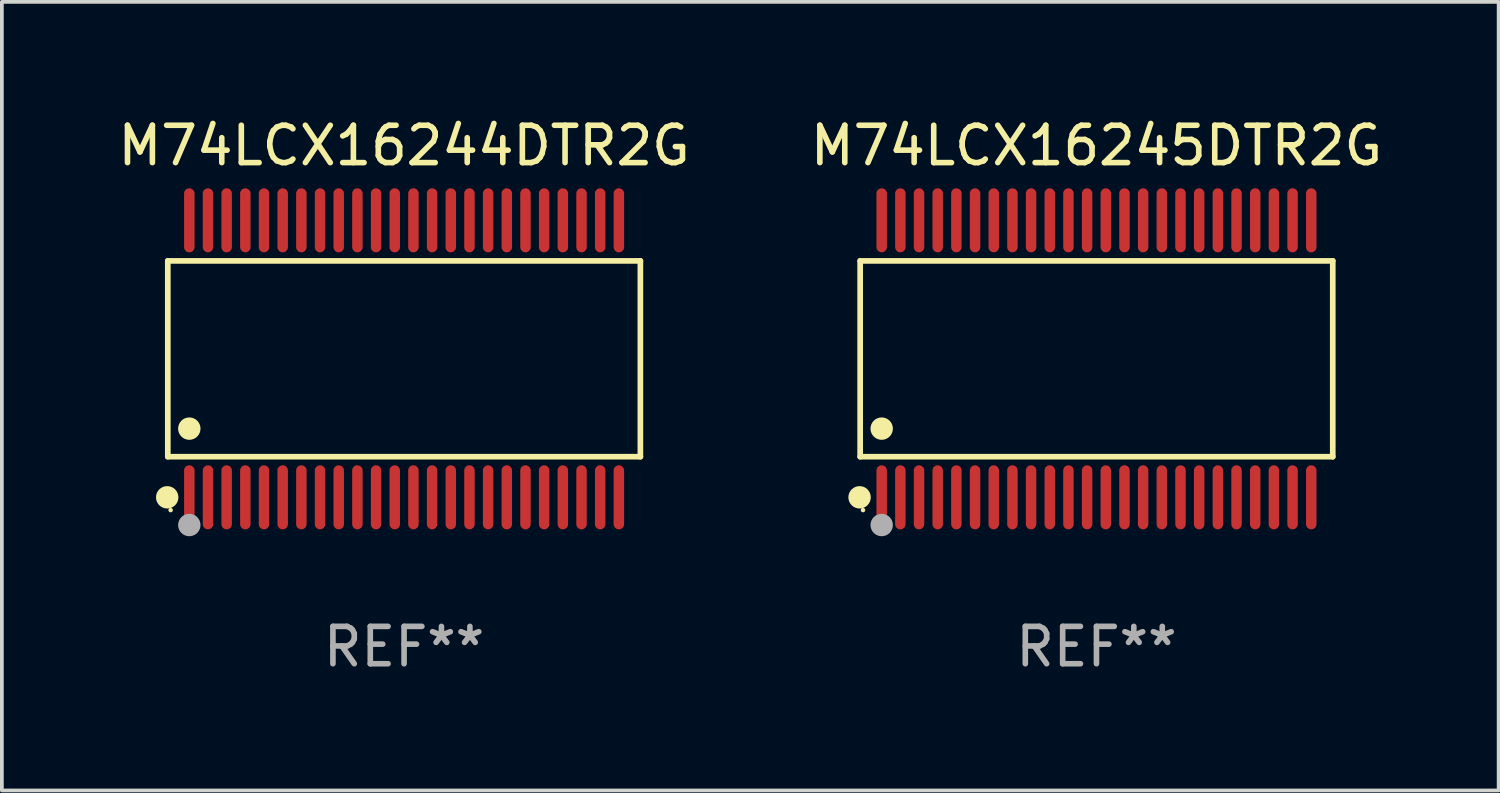
<source format=kicad_pcb>
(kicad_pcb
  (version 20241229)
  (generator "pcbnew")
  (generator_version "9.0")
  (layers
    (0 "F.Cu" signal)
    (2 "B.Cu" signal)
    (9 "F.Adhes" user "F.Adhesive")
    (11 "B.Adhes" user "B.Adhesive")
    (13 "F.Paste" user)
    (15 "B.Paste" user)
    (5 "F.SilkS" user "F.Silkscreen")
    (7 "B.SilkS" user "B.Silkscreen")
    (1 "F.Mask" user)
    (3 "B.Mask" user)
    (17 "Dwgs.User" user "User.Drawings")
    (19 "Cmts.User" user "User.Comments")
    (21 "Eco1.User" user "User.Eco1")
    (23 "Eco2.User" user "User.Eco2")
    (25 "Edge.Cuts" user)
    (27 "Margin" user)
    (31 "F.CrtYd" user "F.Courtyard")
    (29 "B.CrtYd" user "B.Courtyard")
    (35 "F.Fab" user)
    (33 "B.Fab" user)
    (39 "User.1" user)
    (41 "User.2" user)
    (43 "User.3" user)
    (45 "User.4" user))
  (footprint "M74LCX16245DTR2G"
    (layer "F.Cu")
    (at 26.304 6.556)
    (property "Reference" "M74LCX16245DTR2G" (at 0 -5.708 0) (layer "F.SilkS") (effects (font (size 1 1) (thickness 0.15))))
    (attr through_hole)
    (fp_line (start -6.326 -2.622) (end 6.326 -2.622) (stroke (width 0.152) (type solid)) (layer "F.SilkS"))
    (fp_line (start -6.326 2.621) (end -6.326 -2.622) (stroke (width 0.152) (type solid)) (layer "F.SilkS"))
    (fp_line (start 6.326 -2.622) (end 6.326 2.621) (stroke (width 0.152) (type solid)) (layer "F.SilkS"))
    (fp_line (start 6.326 2.621) (end -6.326 2.621) (stroke (width 0.152) (type solid)) (layer "F.SilkS"))
    (fp_circle (center -6.342 3.708) (end -6.192 3.708) (stroke (width 0.3) (type solid)) (fill no) (layer "F.SilkS"))
    (fp_circle (center -6.25 4.05) (end -6.22 4.05) (stroke (width 0.06) (type solid)) (fill no) (layer "F.SilkS"))
    (fp_circle (center -5.75 1.869) (end -5.6 1.869) (stroke (width 0.3) (type solid)) (fill no) (layer "F.SilkS"))
    (fp_circle (center -5.75 4.45) (end -5.6 4.45) (stroke (width 0.3) (type solid)) (fill no) (layer "F.Fab"))
    (fp_text user "REF**" (at 0 7.708 0) (layer "F.Fab") (effects (font (size 1 1) (thickness 0.15))))
    (pad "1" smd oval (at -5.75 3.708) (size 0.28 1.715) (layers "F.Cu" "F.Mask" "F.Paste"))
    (pad "2" smd oval (at -5.25 3.708) (size 0.28 1.715) (layers "F.Cu" "F.Mask" "F.Paste"))
    (pad "3" smd oval (at -4.75 3.708) (size 0.28 1.715) (layers "F.Cu" "F.Mask" "F.Paste"))
    (pad "4" smd oval (at -4.25 3.708) (size 0.28 1.715) (layers "F.Cu" "F.Mask" "F.Paste"))
    (pad "5" smd oval (at -3.75 3.708) (size 0.28 1.715) (layers "F.Cu" "F.Mask" "F.Paste"))
    (pad "6" smd oval (at -3.25 3.708) (size 0.28 1.715) (layers "F.Cu" "F.Mask" "F.Paste"))
    (pad "7" smd oval (at -2.75 3.708) (size 0.28 1.715) (layers "F.Cu" "F.Mask" "F.Paste"))
    (pad "8" smd oval (at -2.25 3.708) (size 0.28 1.715) (layers "F.Cu" "F.Mask" "F.Paste"))
    (pad "9" smd oval (at -1.75 3.708) (size 0.28 1.715) (layers "F.Cu" "F.Mask" "F.Paste"))
    (pad "10" smd oval (at -1.25 3.708) (size 0.28 1.715) (layers "F.Cu" "F.Mask" "F.Paste"))
    (pad "11" smd oval (at -0.75 3.708) (size 0.28 1.715) (layers "F.Cu" "F.Mask" "F.Paste"))
    (pad "12" smd oval (at -0.25 3.708) (size 0.28 1.715) (layers "F.Cu" "F.Mask" "F.Paste"))
    (pad "13" smd oval (at 0.25 3.708) (size 0.28 1.715) (layers "F.Cu" "F.Mask" "F.Paste"))
    (pad "14" smd oval (at 0.75 3.708) (size 0.28 1.715) (layers "F.Cu" "F.Mask" "F.Paste"))
    (pad "15" smd oval (at 1.25 3.708) (size 0.28 1.715) (layers "F.Cu" "F.Mask" "F.Paste"))
    (pad "16" smd oval (at 1.75 3.708) (size 0.28 1.715) (layers "F.Cu" "F.Mask" "F.Paste"))
    (pad "17" smd oval (at 2.25 3.708) (size 0.28 1.715) (layers "F.Cu" "F.Mask" "F.Paste"))
    (pad "18" smd oval (at 2.75 3.708) (size 0.28 1.715) (layers "F.Cu" "F.Mask" "F.Paste"))
    (pad "19" smd oval (at 3.25 3.708) (size 0.28 1.715) (layers "F.Cu" "F.Mask" "F.Paste"))
    (pad "20" smd oval (at 3.75 3.708) (size 0.28 1.715) (layers "F.Cu" "F.Mask" "F.Paste"))
    (pad "21" smd oval (at 4.25 3.708) (size 0.28 1.715) (layers "F.Cu" "F.Mask" "F.Paste"))
    (pad "22" smd oval (at 4.75 3.708) (size 0.28 1.715) (layers "F.Cu" "F.Mask" "F.Paste"))
    (pad "23" smd oval (at 5.25 3.708) (size 0.28 1.715) (layers "F.Cu" "F.Mask" "F.Paste"))
    (pad "24" smd oval (at 5.75 3.708) (size 0.28 1.715) (layers "F.Cu" "F.Mask" "F.Paste"))
    (pad "25" smd oval (at 5.75 -3.708) (size 0.28 1.715) (layers "F.Cu" "F.Mask" "F.Paste"))
    (pad "26" smd oval (at 5.25 -3.708) (size 0.28 1.715) (layers "F.Cu" "F.Mask" "F.Paste"))
    (pad "27" smd oval (at 4.75 -3.708) (size 0.28 1.715) (layers "F.Cu" "F.Mask" "F.Paste"))
    (pad "28" smd oval (at 4.25 -3.708) (size 0.28 1.715) (layers "F.Cu" "F.Mask" "F.Paste"))
    (pad "29" smd oval (at 3.75 -3.708) (size 0.28 1.715) (layers "F.Cu" "F.Mask" "F.Paste"))
    (pad "30" smd oval (at 3.25 -3.708) (size 0.28 1.715) (layers "F.Cu" "F.Mask" "F.Paste"))
    (pad "31" smd oval (at 2.75 -3.708) (size 0.28 1.715) (layers "F.Cu" "F.Mask" "F.Paste"))
    (pad "32" smd oval (at 2.25 -3.708) (size 0.28 1.715) (layers "F.Cu" "F.Mask" "F.Paste"))
    (pad "33" smd oval (at 1.75 -3.708) (size 0.28 1.715) (layers "F.Cu" "F.Mask" "F.Paste"))
    (pad "34" smd oval (at 1.25 -3.708) (size 0.28 1.715) (layers "F.Cu" "F.Mask" "F.Paste"))
    (pad "35" smd oval (at 0.75 -3.708) (size 0.28 1.715) (layers "F.Cu" "F.Mask" "F.Paste"))
    (pad "36" smd oval (at 0.25 -3.708) (size 0.28 1.715) (layers "F.Cu" "F.Mask" "F.Paste"))
    (pad "37" smd oval (at -0.25 -3.708) (size 0.28 1.715) (layers "F.Cu" "F.Mask" "F.Paste"))
    (pad "38" smd oval (at -0.75 -3.708) (size 0.28 1.715) (layers "F.Cu" "F.Mask" "F.Paste"))
    (pad "39" smd oval (at -1.25 -3.708) (size 0.28 1.715) (layers "F.Cu" "F.Mask" "F.Paste"))
    (pad "40" smd oval (at -1.75 -3.708) (size 0.28 1.715) (layers "F.Cu" "F.Mask" "F.Paste"))
    (pad "41" smd oval (at -2.25 -3.708) (size 0.28 1.715) (layers "F.Cu" "F.Mask" "F.Paste"))
    (pad "42" smd oval (at -2.75 -3.708) (size 0.28 1.715) (layers "F.Cu" "F.Mask" "F.Paste"))
    (pad "43" smd oval (at -3.25 -3.708) (size 0.28 1.715) (layers "F.Cu" "F.Mask" "F.Paste"))
    (pad "44" smd oval (at -3.75 -3.708) (size 0.28 1.715) (layers "F.Cu" "F.Mask" "F.Paste"))
    (pad "45" smd oval (at -4.25 -3.708) (size 0.28 1.715) (layers "F.Cu" "F.Mask" "F.Paste"))
    (pad "46" smd oval (at -4.75 -3.708) (size 0.28 1.715) (layers "F.Cu" "F.Mask" "F.Paste"))
    (pad "47" smd oval (at -5.25 -3.708) (size 0.28 1.715) (layers "F.Cu" "F.Mask" "F.Paste"))
    (pad "48" smd oval (at -5.75 -3.708) (size 0.28 1.715) (layers "F.Cu" "F.Mask" "F.Paste")))
  (footprint "M74LCX16244DTR2G"
    (layer "F.Cu")
    (at 7.768 6.556)
    (property "Reference" "M74LCX16244DTR2G" (at 0 -5.708 0) (layer "F.SilkS") (effects (font (size 1 1) (thickness 0.15))))
    (attr through_hole)
    (fp_line (start -6.326 -2.622) (end 6.326 -2.622) (stroke (width 0.152) (type solid)) (layer "F.SilkS"))
    (fp_line (start -6.326 2.621) (end -6.326 -2.622) (stroke (width 0.152) (type solid)) (layer "F.SilkS"))
    (fp_line (start 6.326 -2.622) (end 6.326 2.621) (stroke (width 0.152) (type solid)) (layer "F.SilkS"))
    (fp_line (start 6.326 2.621) (end -6.326 2.621) (stroke (width 0.152) (type solid)) (layer "F.SilkS"))
    (fp_circle (center -6.342 3.708) (end -6.192 3.708) (stroke (width 0.3) (type solid)) (fill no) (layer "F.SilkS"))
    (fp_circle (center -6.25 4.05) (end -6.22 4.05) (stroke (width 0.06) (type solid)) (fill no) (layer "F.SilkS"))
    (fp_circle (center -5.75 1.869) (end -5.6 1.869) (stroke (width 0.3) (type solid)) (fill no) (layer "F.SilkS"))
    (fp_circle (center -5.75 4.45) (end -5.6 4.45) (stroke (width 0.3) (type solid)) (fill no) (layer "F.Fab"))
    (fp_text user "REF**" (at 0 7.708 0) (layer "F.Fab") (effects (font (size 1 1) (thickness 0.15))))
    (pad "1" smd oval (at -5.75 3.708) (size 0.28 1.715) (layers "F.Cu" "F.Mask" "F.Paste"))
    (pad "2" smd oval (at -5.25 3.708) (size 0.28 1.715) (layers "F.Cu" "F.Mask" "F.Paste"))
    (pad "3" smd oval (at -4.75 3.708) (size 0.28 1.715) (layers "F.Cu" "F.Mask" "F.Paste"))
    (pad "4" smd oval (at -4.25 3.708) (size 0.28 1.715) (layers "F.Cu" "F.Mask" "F.Paste"))
    (pad "5" smd oval (at -3.75 3.708) (size 0.28 1.715) (layers "F.Cu" "F.Mask" "F.Paste"))
    (pad "6" smd oval (at -3.25 3.708) (size 0.28 1.715) (layers "F.Cu" "F.Mask" "F.Paste"))
    (pad "7" smd oval (at -2.75 3.708) (size 0.28 1.715) (layers "F.Cu" "F.Mask" "F.Paste"))
    (pad "8" smd oval (at -2.25 3.708) (size 0.28 1.715) (layers "F.Cu" "F.Mask" "F.Paste"))
    (pad "9" smd oval (at -1.75 3.708) (size 0.28 1.715) (layers "F.Cu" "F.Mask" "F.Paste"))
    (pad "10" smd oval (at -1.25 3.708) (size 0.28 1.715) (layers "F.Cu" "F.Mask" "F.Paste"))
    (pad "11" smd oval (at -0.75 3.708) (size 0.28 1.715) (layers "F.Cu" "F.Mask" "F.Paste"))
    (pad "12" smd oval (at -0.25 3.708) (size 0.28 1.715) (layers "F.Cu" "F.Mask" "F.Paste"))
    (pad "13" smd oval (at 0.25 3.708) (size 0.28 1.715) (layers "F.Cu" "F.Mask" "F.Paste"))
    (pad "14" smd oval (at 0.75 3.708) (size 0.28 1.715) (layers "F.Cu" "F.Mask" "F.Paste"))
    (pad "15" smd oval (at 1.25 3.708) (size 0.28 1.715) (layers "F.Cu" "F.Mask" "F.Paste"))
    (pad "16" smd oval (at 1.75 3.708) (size 0.28 1.715) (layers "F.Cu" "F.Mask" "F.Paste"))
    (pad "17" smd oval (at 2.25 3.708) (size 0.28 1.715) (layers "F.Cu" "F.Mask" "F.Paste"))
    (pad "18" smd oval (at 2.75 3.708) (size 0.28 1.715) (layers "F.Cu" "F.Mask" "F.Paste"))
    (pad "19" smd oval (at 3.25 3.708) (size 0.28 1.715) (layers "F.Cu" "F.Mask" "F.Paste"))
    (pad "20" smd oval (at 3.75 3.708) (size 0.28 1.715) (layers "F.Cu" "F.Mask" "F.Paste"))
    (pad "21" smd oval (at 4.25 3.708) (size 0.28 1.715) (layers "F.Cu" "F.Mask" "F.Paste"))
    (pad "22" smd oval (at 4.75 3.708) (size 0.28 1.715) (layers "F.Cu" "F.Mask" "F.Paste"))
    (pad "23" smd oval (at 5.25 3.708) (size 0.28 1.715) (layers "F.Cu" "F.Mask" "F.Paste"))
    (pad "24" smd oval (at 5.75 3.708) (size 0.28 1.715) (layers "F.Cu" "F.Mask" "F.Paste"))
    (pad "25" smd oval (at 5.75 -3.708) (size 0.28 1.715) (layers "F.Cu" "F.Mask" "F.Paste"))
    (pad "26" smd oval (at 5.25 -3.708) (size 0.28 1.715) (layers "F.Cu" "F.Mask" "F.Paste"))
    (pad "27" smd oval (at 4.75 -3.708) (size 0.28 1.715) (layers "F.Cu" "F.Mask" "F.Paste"))
    (pad "28" smd oval (at 4.25 -3.708) (size 0.28 1.715) (layers "F.Cu" "F.Mask" "F.Paste"))
    (pad "29" smd oval (at 3.75 -3.708) (size 0.28 1.715) (layers "F.Cu" "F.Mask" "F.Paste"))
    (pad "30" smd oval (at 3.25 -3.708) (size 0.28 1.715) (layers "F.Cu" "F.Mask" "F.Paste"))
    (pad "31" smd oval (at 2.75 -3.708) (size 0.28 1.715) (layers "F.Cu" "F.Mask" "F.Paste"))
    (pad "32" smd oval (at 2.25 -3.708) (size 0.28 1.715) (layers "F.Cu" "F.Mask" "F.Paste"))
    (pad "33" smd oval (at 1.75 -3.708) (size 0.28 1.715) (layers "F.Cu" "F.Mask" "F.Paste"))
    (pad "34" smd oval (at 1.25 -3.708) (size 0.28 1.715) (layers "F.Cu" "F.Mask" "F.Paste"))
    (pad "35" smd oval (at 0.75 -3.708) (size 0.28 1.715) (layers "F.Cu" "F.Mask" "F.Paste"))
    (pad "36" smd oval (at 0.25 -3.708) (size 0.28 1.715) (layers "F.Cu" "F.Mask" "F.Paste"))
    (pad "37" smd oval (at -0.25 -3.708) (size 0.28 1.715) (layers "F.Cu" "F.Mask" "F.Paste"))
    (pad "38" smd oval (at -0.75 -3.708) (size 0.28 1.715) (layers "F.Cu" "F.Mask" "F.Paste"))
    (pad "39" smd oval (at -1.25 -3.708) (size 0.28 1.715) (layers "F.Cu" "F.Mask" "F.Paste"))
    (pad "40" smd oval (at -1.75 -3.708) (size 0.28 1.715) (layers "F.Cu" "F.Mask" "F.Paste"))
    (pad "41" smd oval (at -2.25 -3.708) (size 0.28 1.715) (layers "F.Cu" "F.Mask" "F.Paste"))
    (pad "42" smd oval (at -2.75 -3.708) (size 0.28 1.715) (layers "F.Cu" "F.Mask" "F.Paste"))
    (pad "43" smd oval (at -3.25 -3.708) (size 0.28 1.715) (layers "F.Cu" "F.Mask" "F.Paste"))
    (pad "44" smd oval (at -3.75 -3.708) (size 0.28 1.715) (layers "F.Cu" "F.Mask" "F.Paste"))
    (pad "45" smd oval (at -4.25 -3.708) (size 0.28 1.715) (layers "F.Cu" "F.Mask" "F.Paste"))
    (pad "46" smd oval (at -4.75 -3.708) (size 0.28 1.715) (layers "F.Cu" "F.Mask" "F.Paste"))
    (pad "47" smd oval (at -5.25 -3.708) (size 0.28 1.715) (layers "F.Cu" "F.Mask" "F.Paste"))
    (pad "48" smd oval (at -5.75 -3.708) (size 0.28 1.715) (layers "F.Cu" "F.Mask" "F.Paste")))
  (gr_rect
    (start -3 -3)
    (end 37.071 18.112)
    (stroke (width 0.1) (type default))
    (fill no)
    (layer "Edge.Cuts")))
</source>
